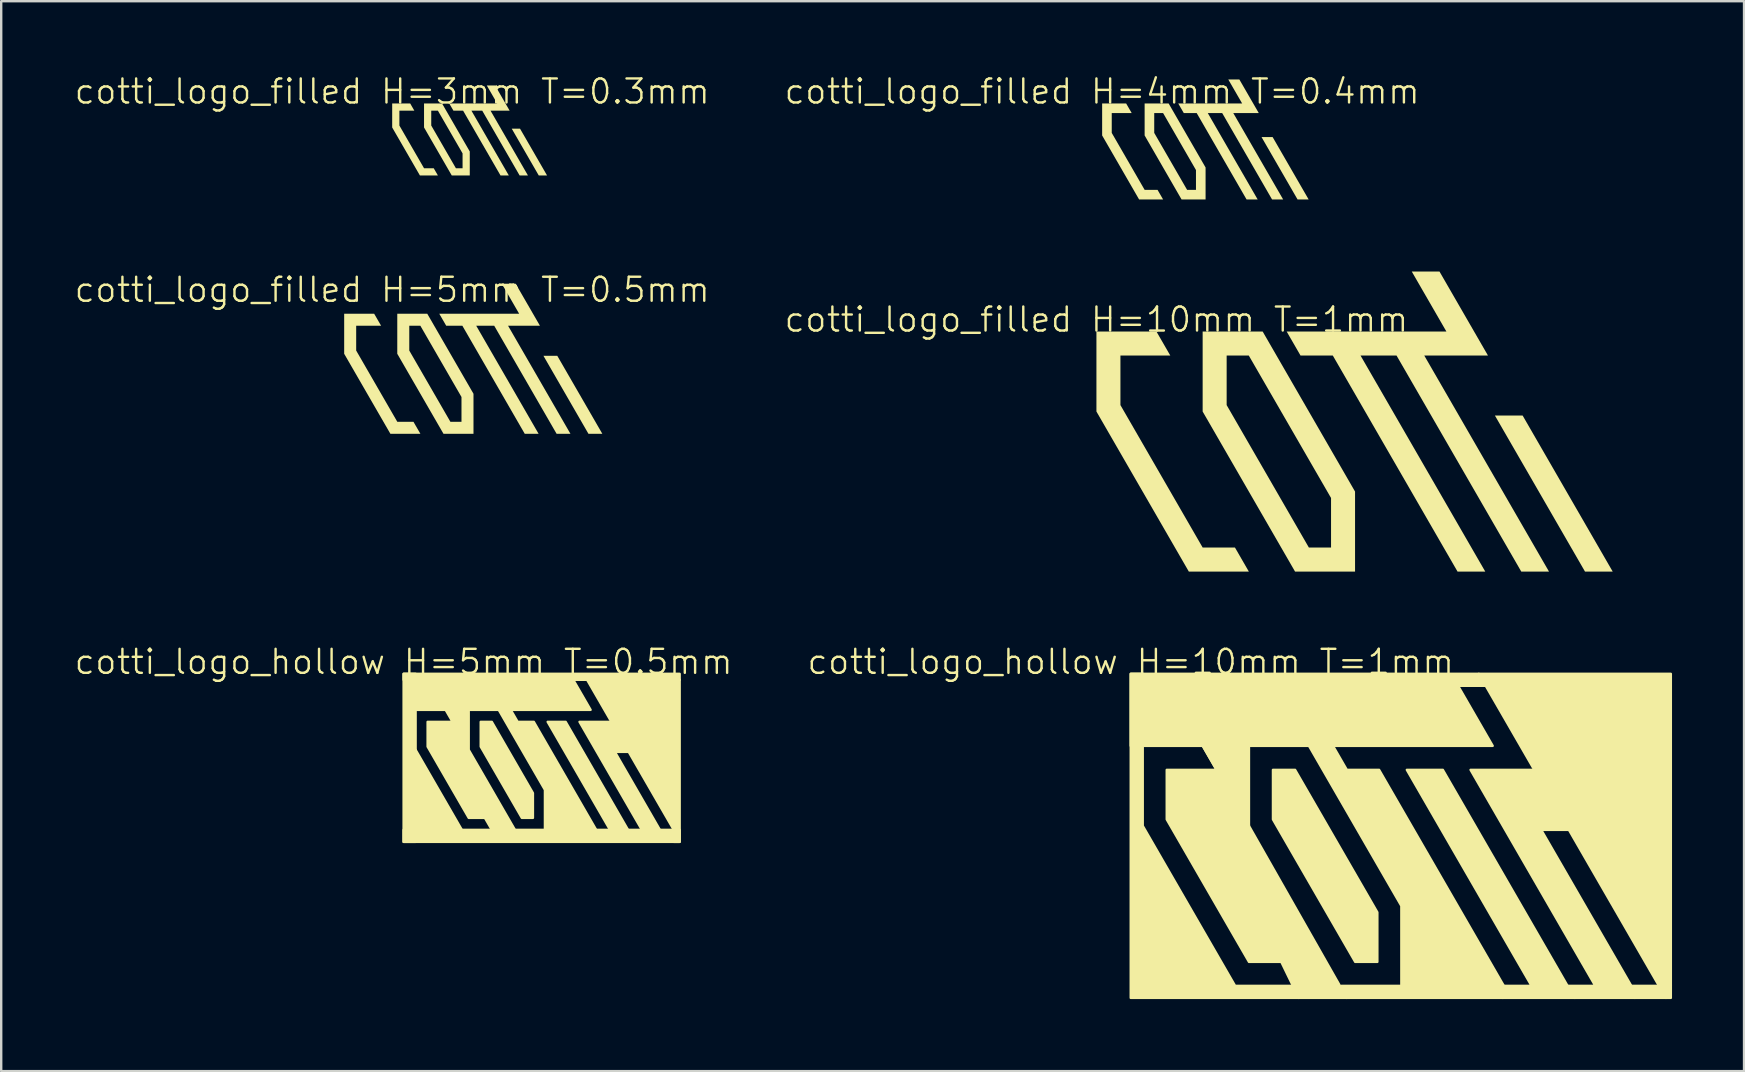
<source format=kicad_pcb>
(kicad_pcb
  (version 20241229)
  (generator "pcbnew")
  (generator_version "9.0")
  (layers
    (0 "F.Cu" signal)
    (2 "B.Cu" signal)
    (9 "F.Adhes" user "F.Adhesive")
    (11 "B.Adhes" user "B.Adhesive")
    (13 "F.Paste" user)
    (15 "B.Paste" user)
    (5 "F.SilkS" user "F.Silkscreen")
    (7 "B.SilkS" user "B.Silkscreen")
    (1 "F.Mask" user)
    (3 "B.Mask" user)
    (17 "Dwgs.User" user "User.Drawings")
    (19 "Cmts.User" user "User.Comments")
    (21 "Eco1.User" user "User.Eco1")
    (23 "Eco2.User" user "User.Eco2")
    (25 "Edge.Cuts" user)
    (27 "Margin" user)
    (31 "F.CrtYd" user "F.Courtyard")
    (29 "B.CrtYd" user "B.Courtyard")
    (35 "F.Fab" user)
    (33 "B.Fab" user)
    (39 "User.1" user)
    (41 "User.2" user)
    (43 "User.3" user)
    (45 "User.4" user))
  (footprint "cotti_logo_hollow H=5mm T=0.5mm"
    (layer "F.Cu")
    (at 13.764 25.021)
    (property "Reference" "cotti_logo_hollow H=5mm T=0.5mm" (at 0 -0.5 0) (unlocked yes) (layer "F.SilkS") (effects (font (size 1 1) (thickness 0.1))))
    (attr smd)
    (fp_poly (pts (xy 2.425 6.5) (xy 0.5 6.5) (xy 0.5 3.167)) (stroke (width 0.1) (type solid)) (fill yes) (layer "F.SilkS"))
    (fp_poly (pts (xy 0 0) (xy 11.5 0) (xy 11.5 0.25) (xy 0 0.25)) (stroke (width 0.1) (type solid)) (fill yes) (layer "F.SilkS"))
    (fp_poly (pts (xy 0 7) (xy 0 0) (xy 0.5 0) (xy 0.5 7)) (stroke (width 0.1) (type solid)) (fill yes) (layer "F.SilkS"))
    (fp_poly (pts (xy 0 7) (xy 0 6.5) (xy 11.5 6.5) (xy 11.5 7)) (stroke (width 0.1) (type solid)) (fill yes) (layer "F.SilkS"))
    (fp_poly (pts (xy 0.5 0.25) (xy 0.5 1.5) (xy 7.79 1.5) (xy 7.068 0.25)) (stroke (width 0.1) (type solid)) (fill yes) (layer "F.SilkS"))
    (fp_poly (pts (xy 8.599 6.5) (xy 6.001 2) (xy 6.751 2) (xy 9.349 6.5)) (stroke (width 0.1) (type solid)) (fill yes) (layer "F.SilkS"))
    (fp_poly (pts (xy 11.5 7) (xy 11.254 7) (xy 11.254 6.5) (xy 7.645 0.25) (xy 11.5 0.25)) (stroke (width 0.1) (type solid)) (fill yes) (layer "F.SilkS"))
    (fp_poly (pts (xy 4.925 6) (xy 5.387 6) (xy 5.387 4.967) (xy 3.674 2) (xy 3.212 2) (xy 3.212 3.033)) (stroke (width 0.1) (type solid)) (fill yes) (layer "F.SilkS"))
    (fp_poly (pts (xy 10.676 6.5) (xy 9.926 6.5) (xy 7.328 2) (xy 8.656 2) (xy 9.377 3.25) (xy 8.8 3.25)) (stroke (width 0.1) (type solid)) (fill yes) (layer "F.SilkS"))
    (fp_poly (pts (xy 3.962 1.5) (xy 4.462 1.5) (xy 4.751 2) (xy 5.424 2) (xy 8.022 6.5) (xy 5.887 6.5) (xy 5.887 4.833)) (stroke (width 0.1) (type solid)) (fill yes) (layer "F.SilkS"))
    (fp_poly (pts (xy 3.675 6.5) (xy 3.386 6) (xy 2.713 6) (xy 1 3.033) (xy 1 2) (xy 2.039 2) (xy 1.75 1.5) (xy 2.712 1.5) (xy 2.712 3.167) (xy 4.637 6.5)) (stroke (width 0.1) (type solid)) (fill yes) (layer "F.SilkS")))
  (footprint "cotti_logo_filled H=10mm T=1mm"
    (layer "F.Cu")
    (at 42.626 10.761)
    (property "Reference" "cotti_logo_filled H=10mm T=1mm" (at 0 -0.5 0) (unlocked yes) (layer "F.SilkS") (effects (font (size 1 1) (thickness 0.1))))
    (attr smd)
    (fp_poly (pts (xy 20.353 10) (xy 16.6 3.5) (xy 17.755 3.5) (xy 21.507 10)) (stroke (width 0) (type solid)) (fill yes) (layer "F.SilkS"))
    (fp_poly (pts (xy 6.349 10) (xy 3.849 10) (xy 0 3.333) (xy 0 0) (xy 2.5 0) (xy 3.077 1) (xy 1 1) (xy 1 3.065) (xy 4.426 9) (xy 5.772 9)) (stroke (width 0) (type solid)) (fill yes) (layer "F.SilkS"))
    (fp_poly (pts (xy 8.274 10) (xy 4.425 3.333) (xy 4.425 0) (xy 6.925 0) (xy 10.774 6.667) (xy 10.774 10) (xy 9.774 9) (xy 9.774 6.935) (xy 6.347 1) (xy 5.425 1) (xy 5.425 3.065) (xy 8.851 9) (xy 9.774 9) (xy 10.774 10)) (stroke (width 0) (type solid)) (fill yes) (layer "F.SilkS"))
    (fp_poly (pts (xy 8.502 1) (xy 7.925 0) (xy 14.579 0) (xy 13.136 -2.5) (xy 14.291 -2.5) (xy 16.311 1) (xy 13.657 1) (xy 18.853 10) (xy 17.698 10) (xy 12.502 1) (xy 11.002 1) (xy 16.198 10) (xy 15.043 10) (xy 9.847 1)) (stroke (width 0) (type solid)) (fill yes) (layer "F.SilkS")))
  (footprint "cotti_logo_filled H=4mm T=0.4mm"
    (layer "F.Cu")
    (at 42.864 1.26)
    (property "Reference" "cotti_logo_filled H=4mm T=0.4mm" (at 0 -0.5 0) (unlocked yes) (layer "F.SilkS") (effects (font (size 1 1) (thickness 0.1))))
    (attr smd)
    (fp_poly (pts (xy 8.141 4) (xy 6.64 1.4) (xy 7.102 1.4) (xy 8.603 4)) (stroke (width 0) (type solid)) (fill yes) (layer "F.SilkS"))
    (fp_poly (pts (xy 2.54 4) (xy 2.309 3.6) (xy 1.771 3.6) (xy 0.4 1.226) (xy 0.4 0.4) (xy 1.231 0.4) (xy 1 0) (xy 0 0) (xy 0 1.333) (xy 1.54 4)) (stroke (width 0) (type solid)) (fill yes) (layer "F.SilkS"))
    (fp_poly (pts (xy 3.309 4) (xy 1.77 1.333) (xy 1.77 0) (xy 2.77 0) (xy 4.309 2.667) (xy 4.309 4) (xy 3.909 3.6) (xy 3.909 2.774) (xy 2.539 0.4) (xy 2.17 0.4) (xy 2.17 1.226) (xy 3.54 3.6) (xy 3.909 3.6) (xy 4.309 4)) (stroke (width 0) (type solid)) (fill yes) (layer "F.SilkS"))
    (fp_poly (pts (xy 6.017 4) (xy 3.939 0.4) (xy 3.401 0.4) (xy 3.17 0) (xy 5.832 0) (xy 5.254 -1) (xy 5.716 -1) (xy 6.525 0.4) (xy 5.463 0.4) (xy 7.541 4) (xy 7.079 4) (xy 5.001 0.4) (xy 4.401 0.4) (xy 6.479 4)) (stroke (width 0) (type solid)) (fill yes) (layer "F.SilkS")))
  (footprint "cotti_logo_filled H=3mm T=0.3mm"
    (layer "F.Cu")
    (at 13.288 1.26)
    (property "Reference" "cotti_logo_filled H=3mm T=0.3mm" (at 0 -0.5 0) (unlocked yes) (layer "F.SilkS") (effects (font (size 1 1) (thickness 0.1))))
    (attr smd)
    (fp_poly (pts (xy 6.106 3) (xy 4.98 1.05) (xy 5.326 1.05) (xy 6.452 3)) (stroke (width 0) (type solid)) (fill yes) (layer "F.SilkS"))
    (fp_poly (pts (xy 1.905 3) (xy 1.731 2.7) (xy 1.328 2.7) (xy 0.3 0.92) (xy 0.3 0.3) (xy 0.923 0.3) (xy 0.75 0) (xy 0 0) (xy 0 1) (xy 1.155 3)) (stroke (width 0) (type solid)) (fill yes) (layer "F.SilkS"))
    (fp_poly (pts (xy 2.482 3) (xy 1.327 1) (xy 1.327 0) (xy 2.077 0) (xy 3.232 2) (xy 3.232 3) (xy 2.932 2.7) (xy 2.932 2.08) (xy 1.904 0.3) (xy 1.627 0.3) (xy 1.627 0.92) (xy 2.655 2.7) (xy 2.932 2.7) (xy 3.232 3)) (stroke (width 0) (type solid)) (fill yes) (layer "F.SilkS"))
    (fp_poly (pts (xy 4.513 3) (xy 2.954 0.3) (xy 2.551 0.3) (xy 2.377 0) (xy 4.374 0) (xy 3.941 -0.75) (xy 4.287 -0.75) (xy 4.893 0.3) (xy 4.097 0.3) (xy 5.656 3) (xy 5.309 3) (xy 3.751 0.3) (xy 3.301 0.3) (xy 4.859 3)) (stroke (width 0) (type solid)) (fill yes) (layer "F.SilkS")))
  (footprint "cotti_logo_filled H=5mm T=0.5mm"
    (layer "F.Cu")
    (at 11.288 10.021)
    (property "Reference" "cotti_logo_filled H=5mm T=0.5mm" (at 2 -1 0) (unlocked yes) (layer "F.SilkS") (effects (font (size 1 1) (thickness 0.1))))
    (attr smd)
    (fp_poly (pts (xy 10.176 5) (xy 8.3 1.75) (xy 8.877 1.75) (xy 10.754 5)) (stroke (width 0) (type solid)) (fill yes) (layer "F.SilkS"))
    (fp_poly (pts (xy 3.175 5) (xy 1.925 5) (xy 0 1.667) (xy 0 0) (xy 1.25 0) (xy 1.539 0.5) (xy 0.5 0.5) (xy 0.5 1.533) (xy 2.213 4.5) (xy 2.886 4.5)) (stroke (width 0) (type solid)) (fill yes) (layer "F.SilkS"))
    (fp_poly (pts (xy 4.137 5) (xy 2.212 1.667) (xy 2.212 0) (xy 3.462 0) (xy 5.387 3.333) (xy 5.387 5) (xy 4.887 4.5) (xy 4.887 3.467) (xy 3.174 0.5) (xy 2.712 0.5) (xy 2.712 1.533) (xy 4.425 4.5) (xy 4.887 4.5) (xy 5.387 5)) (stroke (width 0) (type solid)) (fill yes) (layer "F.SilkS"))
    (fp_poly (pts (xy 7.522 5) (xy 4.924 0.5) (xy 4.251 0.5) (xy 3.962 0) (xy 7.29 0) (xy 6.568 -1.25) (xy 7.145 -1.25) (xy 8.156 0.5) (xy 6.828 0.5) (xy 9.426 5) (xy 8.849 5) (xy 6.251 0.5) (xy 5.501 0.5) (xy 8.099 5)) (stroke (width 0) (type solid)) (fill yes) (layer "F.SilkS")))
  (footprint "cotti_logo_hollow H=10mm T=1mm"
    (layer "F.Cu")
    (at 44.055 25.021)
    (property "Reference" "cotti_logo_hollow H=10mm T=1mm" (at 0 -0.5 0) (unlocked yes) (layer "F.SilkS") (effects (font (size 1 1) (thickness 0.1))))
    (attr smd)
    (fp_poly (pts (xy 21 13.5) (xy 22.5 13.5) (xy 22.5 13) (xy 20.853 13)) (stroke (width 0.1) (type solid)) (fill yes) (layer "F.SilkS"))
    (fp_poly (pts (xy 22.5 13) (xy 22.5 0) (xy 14.5 0) (xy 14.791 0.5) (xy 22.296 13.5)) (stroke (width 0.1) (type solid)) (fill yes) (layer "F.SilkS"))
    (fp_poly (pts (xy 9.351 12) (xy 5.925 6.065) (xy 5.925 4) (xy 6.847 4) (xy 10.274 9.935) (xy 10.274 12)) (stroke (width 0.1) (type solid)) (fill yes) (layer "F.SilkS"))
    (fp_poly (pts (xy 0 13.5) (xy 7 13.5) (xy 6.849 13) (xy 4.349 13) (xy 0.5 6.333) (xy 0.5 0) (xy 0 0)) (stroke (width 0.1) (type solid)) (fill yes) (layer "F.SilkS"))
    (fp_poly (pts (xy 15.5 13.5) (xy 18.5 13.5) (xy 18.198 13) (xy 13.002 4) (xy 11.502 4) (xy 16.698 13) (xy 15.543 13)) (stroke (width 0.1) (type solid)) (fill yes) (layer "F.SilkS"))
    (fp_poly (pts (xy 7 13.5) (xy 6.272 12) (xy 4.926 12) (xy 1.5 6.065) (xy 1.5 4) (xy 3.577 4) (xy 3 3) (xy 4.925 6.333) (xy 9 13.5)) (stroke (width 0.1) (type solid)) (fill yes) (layer "F.SilkS"))
    (fp_poly (pts (xy 14.5 0) (xy 0 0) (xy 0 3) (xy 3 3) (xy 4.925 6.333) (xy 4.925 3) (xy 15.079 3) (xy 13.636 0.5) (xy 14.791 0.5)) (stroke (width 0.1) (type solid)) (fill yes) (layer "F.SilkS"))
    (fp_poly (pts (xy 18.5 13.5) (xy 21 13.5) (xy 20.853 13) (xy 17.1 6.5) (xy 18.255 6.5) (xy 16.811 4) (xy 14.157 4) (xy 19.353 13) (xy 18.198 13)) (stroke (width 0.1) (type solid)) (fill yes) (layer "F.SilkS"))
    (fp_poly (pts (xy 9 13.5) (xy 15.5 13.5) (xy 15.543 13) (xy 10.347 4) (xy 9.002 4) (xy 8.425 3) (xy 7.425 3) (xy 11.274 9.667) (xy 11.274 13) (xy 8.774 13)) (stroke (width 0.1) (type solid)) (fill yes) (layer "F.SilkS")))
  (gr_rect
    (start -3 -3)
    (end 69.605 41.571)
    (stroke (width 0.1) (type default))
    (fill no)
    (layer "Edge.Cuts")))
</source>
